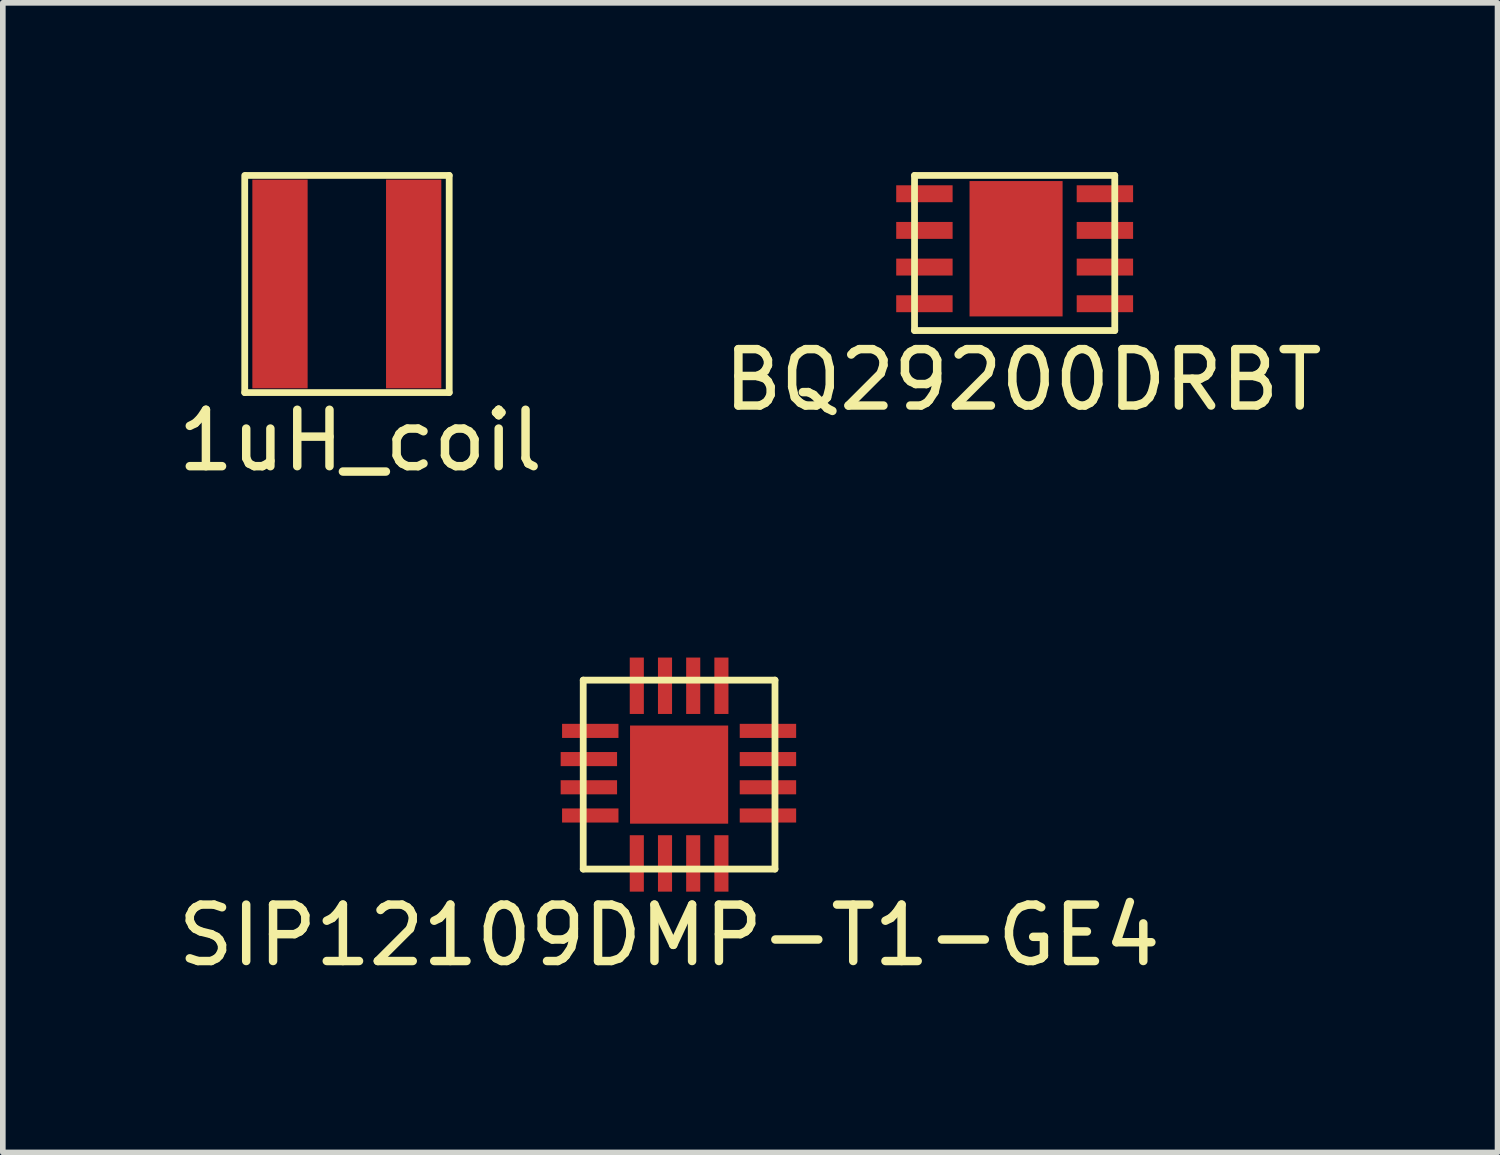
<source format=kicad_pcb>
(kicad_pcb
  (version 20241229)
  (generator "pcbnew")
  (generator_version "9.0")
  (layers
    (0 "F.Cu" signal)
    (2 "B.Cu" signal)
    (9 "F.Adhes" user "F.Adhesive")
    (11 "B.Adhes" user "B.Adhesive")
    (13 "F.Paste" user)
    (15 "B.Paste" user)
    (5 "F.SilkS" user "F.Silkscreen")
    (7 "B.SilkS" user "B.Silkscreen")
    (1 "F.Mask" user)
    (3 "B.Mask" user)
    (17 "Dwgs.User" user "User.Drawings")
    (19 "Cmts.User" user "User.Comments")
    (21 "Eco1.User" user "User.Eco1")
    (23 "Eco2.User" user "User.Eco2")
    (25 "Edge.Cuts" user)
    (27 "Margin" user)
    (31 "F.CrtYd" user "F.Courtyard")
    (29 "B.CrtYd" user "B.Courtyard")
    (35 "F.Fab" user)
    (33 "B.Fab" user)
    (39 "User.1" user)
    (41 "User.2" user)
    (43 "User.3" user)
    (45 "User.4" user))
  (footprint "SIP12109DMP-T1-GE4"
    (layer "F.Cu")
    (at 8.24 9.108)
    (property "Reference" "SIP12109DMP-T1-GE4" (at 0.575 4.425 0) (layer "F.SilkS") (effects (font (size 1 1) (thickness 0.15))))
    (attr through_hole)
    (fp_line (start -0.95 -0.1) (end 2.45 -0.1) (stroke (width 0.12) (type solid)) (layer "F.SilkS"))
    (fp_line (start -0.95 3.25) (end -0.95 -0.1) (stroke (width 0.12) (type solid)) (layer "F.SilkS"))
    (fp_line (start 2.45 -0.1) (end 2.45 3.25) (stroke (width 0.12) (type solid)) (layer "F.SilkS"))
    (fp_line (start 2.45 3.25) (end -0.95 3.25) (stroke (width 0.12) (type solid)) (layer "F.SilkS"))
    (pad "1" smd trapezoid (at 2.325 0.8 90) (size 0.25 1) (layers "F.Cu" "F.Mask" "F.Paste"))
    (pad "2" smd trapezoid (at 2.325 1.3 90) (size 0.25 1) (layers "F.Cu" "F.Mask" "F.Paste"))
    (pad "3" smd trapezoid (at 2.325 1.8 90) (size 0.25 1) (layers "F.Cu" "F.Mask" "F.Paste"))
    (pad "4" smd trapezoid (at 2.325 2.3 90) (size 0.25 1) (layers "F.Cu" "F.Mask" "F.Paste"))
    (pad "5" smd trapezoid (at 1.5 3.15) (size 0.25 1) (layers "F.Cu" "F.Mask" "F.Paste"))
    (pad "6" smd trapezoid (at 1 3.15) (size 0.25 1) (layers "F.Cu" "F.Mask" "F.Paste"))
    (pad "7" smd trapezoid (at 0.5 3.15) (size 0.25 1) (layers "F.Cu" "F.Mask" "F.Paste"))
    (pad "8" smd trapezoid (at 0 3.15) (size 0.25 1) (layers "F.Cu" "F.Mask" "F.Paste"))
    (pad "9" smd trapezoid (at -0.825 2.3 90) (size 0.25 1) (layers "F.Cu" "F.Mask" "F.Paste"))
    (pad "10" smd trapezoid (at -0.85 1.8 90) (size 0.25 1) (layers "F.Cu" "F.Mask" "F.Paste"))
    (pad "11" smd trapezoid (at -0.85 1.3 90) (size 0.25 1) (layers "F.Cu" "F.Mask" "F.Paste"))
    (pad "12" smd trapezoid (at -0.825 0.8 90) (size 0.25 1) (layers "F.Cu" "F.Mask" "F.Paste"))
    (pad "13" smd trapezoid (at 0 0) (size 0.25 1) (layers "F.Cu" "F.Mask" "F.Paste"))
    (pad "14" smd trapezoid (at 0.5 0) (size 0.25 1) (layers "F.Cu" "F.Mask" "F.Paste"))
    (pad "15" smd trapezoid (at 1 0) (size 0.25 1) (layers "F.Cu" "F.Mask" "F.Paste"))
    (pad "16" smd trapezoid (at 1.5 0) (size 0.25 1) (layers "F.Cu" "F.Mask" "F.Paste"))
    (pad "17" smd trapezoid (at 0.75 1.575) (size 1.74 1.74) (layers "F.Cu" "F.Mask" "F.Paste")))
  (footprint "1uH_coil"
    (layer "F.Cu")
    (at 1.914 1.985)
    (property "Reference" "1uH_coil" (at 1.425 2.775 0) (layer "F.SilkS") (effects (font (size 1 1) (thickness 0.15))))
    (attr through_hole)
    (fp_line (start -0.625 1.925) (end -0.625 -1.925) (stroke (width 0.12) (type solid)) (layer "F.SilkS"))
    (fp_line (start -0.6 -1.925) (end 3 -1.925) (stroke (width 0.12) (type solid)) (layer "F.SilkS"))
    (fp_line (start 3 -1.925) (end 3 1.925) (stroke (width 0.12) (type solid)) (layer "F.SilkS"))
    (fp_line (start 3 1.925) (end -0.625 1.925) (stroke (width 0.12) (type solid)) (layer "F.SilkS"))
    (pad "1" smd rect (at 0 0) (size 0.98 3.7) (layers "F.Cu" "F.Mask" "F.Paste"))
    (pad "2" smd rect (at 2.37 0) (size 0.98 3.7) (layers "F.Cu" "F.Mask" "F.Paste")))
  (footprint "BQ29200DRBT"
    (layer "F.Cu")
    (at 13.539 0.385)
    (property "Reference" "BQ29200DRBT" (at 1.55 3.3 0) (layer "F.SilkS") (effects (font (size 1 1) (thickness 0.15))))
    (attr through_hole)
    (fp_line (start -0.375 -0.325) (end 3.175 -0.325) (stroke (width 0.12) (type solid)) (layer "F.SilkS"))
    (fp_line (start -0.375 2.425) (end -0.375 -0.325) (stroke (width 0.12) (type solid)) (layer "F.SilkS"))
    (fp_line (start 3.175 -0.325) (end 3.175 2.425) (stroke (width 0.12) (type solid)) (layer "F.SilkS"))
    (fp_line (start 3.175 2.425) (end -0.375 2.425) (stroke (width 0.12) (type solid)) (layer "F.SilkS"))
    (pad "1" smd trapezoid (at -0.2 0) (size 1 0.3) (layers "F.Cu" "F.Mask" "F.Paste"))
    (pad "2" smd trapezoid (at -0.2 0.65) (size 1 0.3) (layers "F.Cu" "F.Mask" "F.Paste"))
    (pad "3" smd trapezoid (at -0.2 1.3) (size 1 0.3) (layers "F.Cu" "F.Mask" "F.Paste"))
    (pad "4" smd trapezoid (at -0.2 1.95) (size 1 0.3) (layers "F.Cu" "F.Mask" "F.Paste"))
    (pad "5" smd trapezoid (at 3 1.95) (size 1 0.3) (layers "F.Cu" "F.Mask" "F.Paste"))
    (pad "6" smd trapezoid (at 3 1.3) (size 1 0.3) (layers "F.Cu" "F.Mask" "F.Paste"))
    (pad "7" smd trapezoid (at 3 0.65) (size 1 0.3) (layers "F.Cu" "F.Mask" "F.Paste"))
    (pad "8" smd trapezoid (at 3 0) (size 1 0.3) (layers "F.Cu" "F.Mask" "F.Paste"))
    (pad "9" smd trapezoid (at 1.425 0.975) (size 1.65 2.4) (layers "F.Cu" "F.Mask" "F.Paste")))
  (gr_rect
    (start -3 -3)
    (end 23.5 17.381)
    (stroke (width 0.1) (type default))
    (fill no)
    (layer "Edge.Cuts")))
</source>
